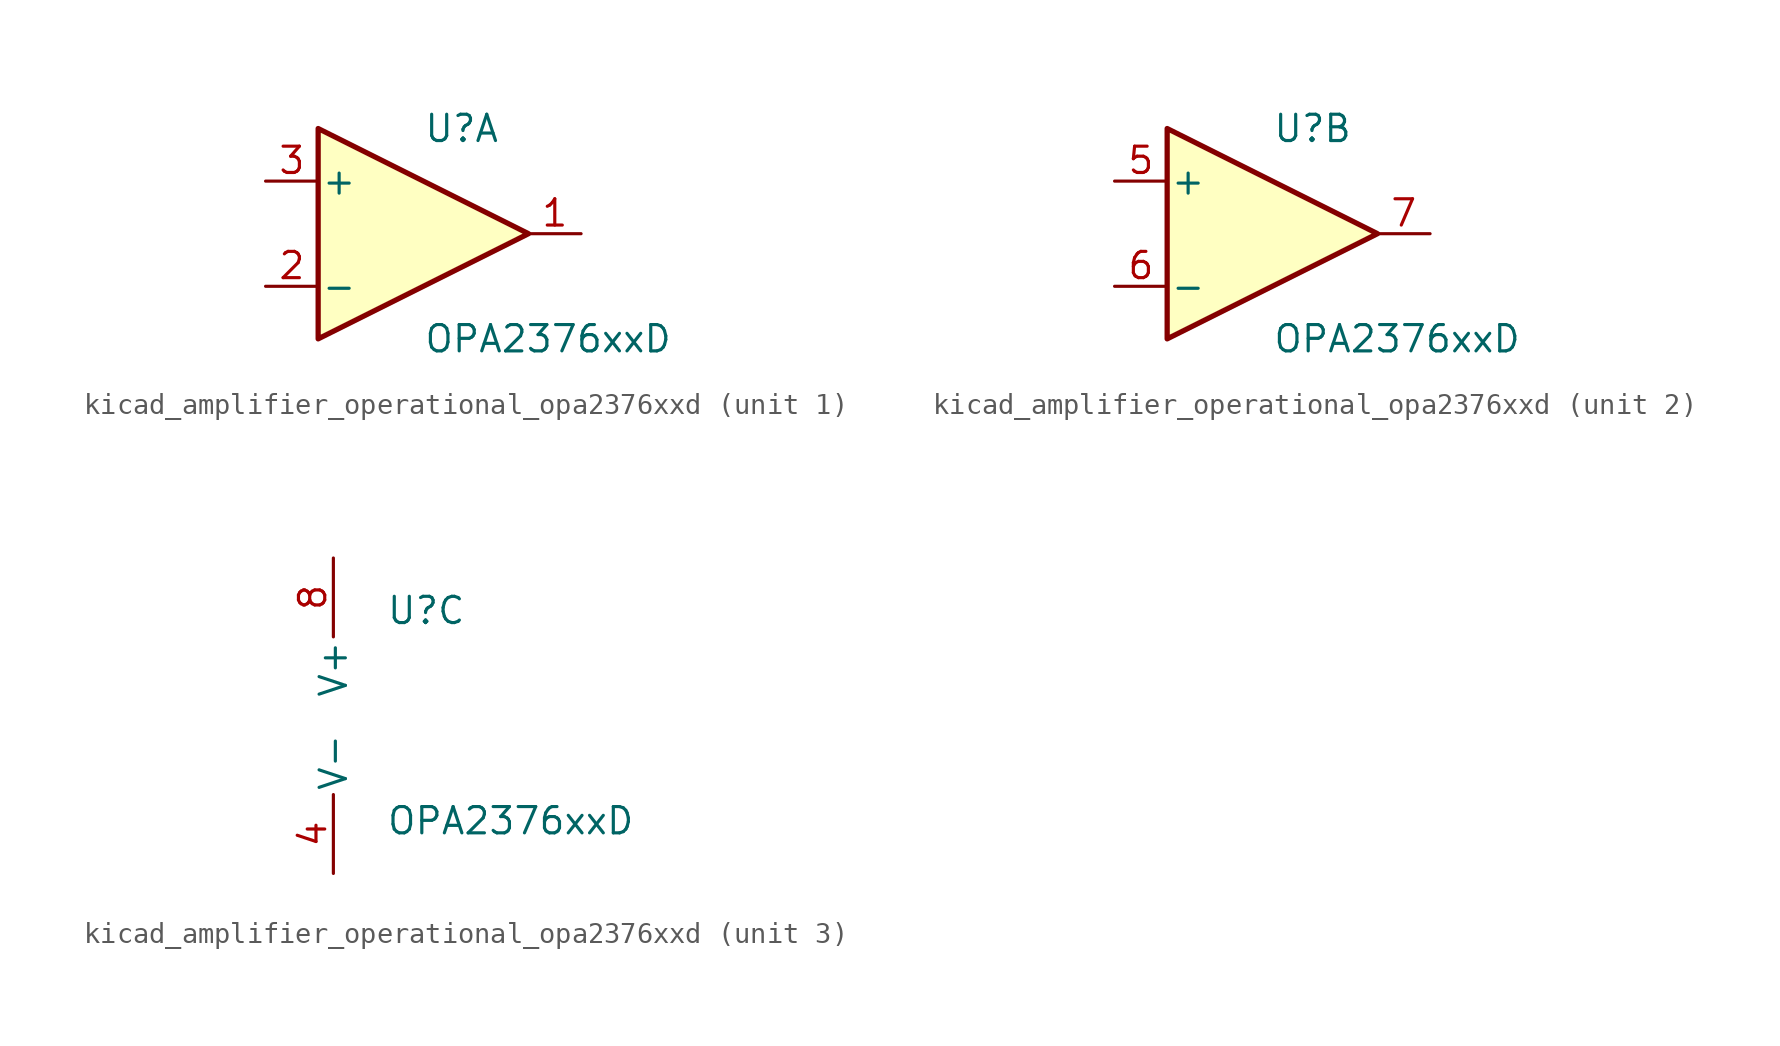
<source format=kicad_sym>
(kicad_symbol_lib
  (version 20220914)
  (generator kicad_symbol_editor)
  (symbol "kicad_amplifier_operational_opa2376xxd"
    (pin_names
      (offset 0.127))
    (property "Reference" "U"
      (at 0 5.08 0)
      (effects (font (size 1.27 1.27)) (justify left)))
    (property "Value" "OPA2376xxD"
      (at 0 -5.08 0)
      (effects (font (size 1.27 1.27)) (justify left)))
    (property "ki_locked" ""
      (at 0 0 0)
      (effects (font (size 1.27 1.27))))
    (symbol "kicad_amplifier_operational_opa2376xxd_1_1"
      (polyline (pts (xy -5.08 5.08) (xy 5.08 0) (xy -5.08 -5.08) (xy -5.08 5.08)) (stroke (width 0.254) (type default)) (fill (type background)))
      (pin output line (at 7.62 0 180) (length 2.54) (name "~" (effects (font (size 1.27 1.27)))) (number "1" (effects (font (size 1.27 1.27)))))
      (pin input line (at -7.62 -2.54 0) (length 2.54) (name "-" (effects (font (size 1.27 1.27)))) (number "2" (effects (font (size 1.27 1.27)))))
      (pin input line (at -7.62 2.54 0) (length 2.54) (name "+" (effects (font (size 1.27 1.27)))) (number "3" (effects (font (size 1.27 1.27))))))
    (symbol "kicad_amplifier_operational_opa2376xxd_2_1"
      (polyline (pts (xy -5.08 5.08) (xy 5.08 0) (xy -5.08 -5.08) (xy -5.08 5.08)) (stroke (width 0.254) (type default)) (fill (type background)))
      (pin input line (at -7.62 2.54 0) (length 2.54) (name "+" (effects (font (size 1.27 1.27)))) (number "5" (effects (font (size 1.27 1.27)))))
      (pin input line (at -7.62 -2.54 0) (length 2.54) (name "-" (effects (font (size 1.27 1.27)))) (number "6" (effects (font (size 1.27 1.27)))))
      (pin output line (at 7.62 0 180) (length 2.54) (name "~" (effects (font (size 1.27 1.27)))) (number "7" (effects (font (size 1.27 1.27))))))
    (symbol "kicad_amplifier_operational_opa2376xxd_3_1"
      (pin power_in line (at -2.54 -7.62 90) (length 3.81) (name "V-" (effects (font (size 1.27 1.27)))) (number "4" (effects (font (size 1.27 1.27)))))
      (pin power_in line (at -2.54 7.62 270) (length 3.81) (name "V+" (effects (font (size 1.27 1.27)))) (number "8" (effects (font (size 1.27 1.27))))))))
</source>
